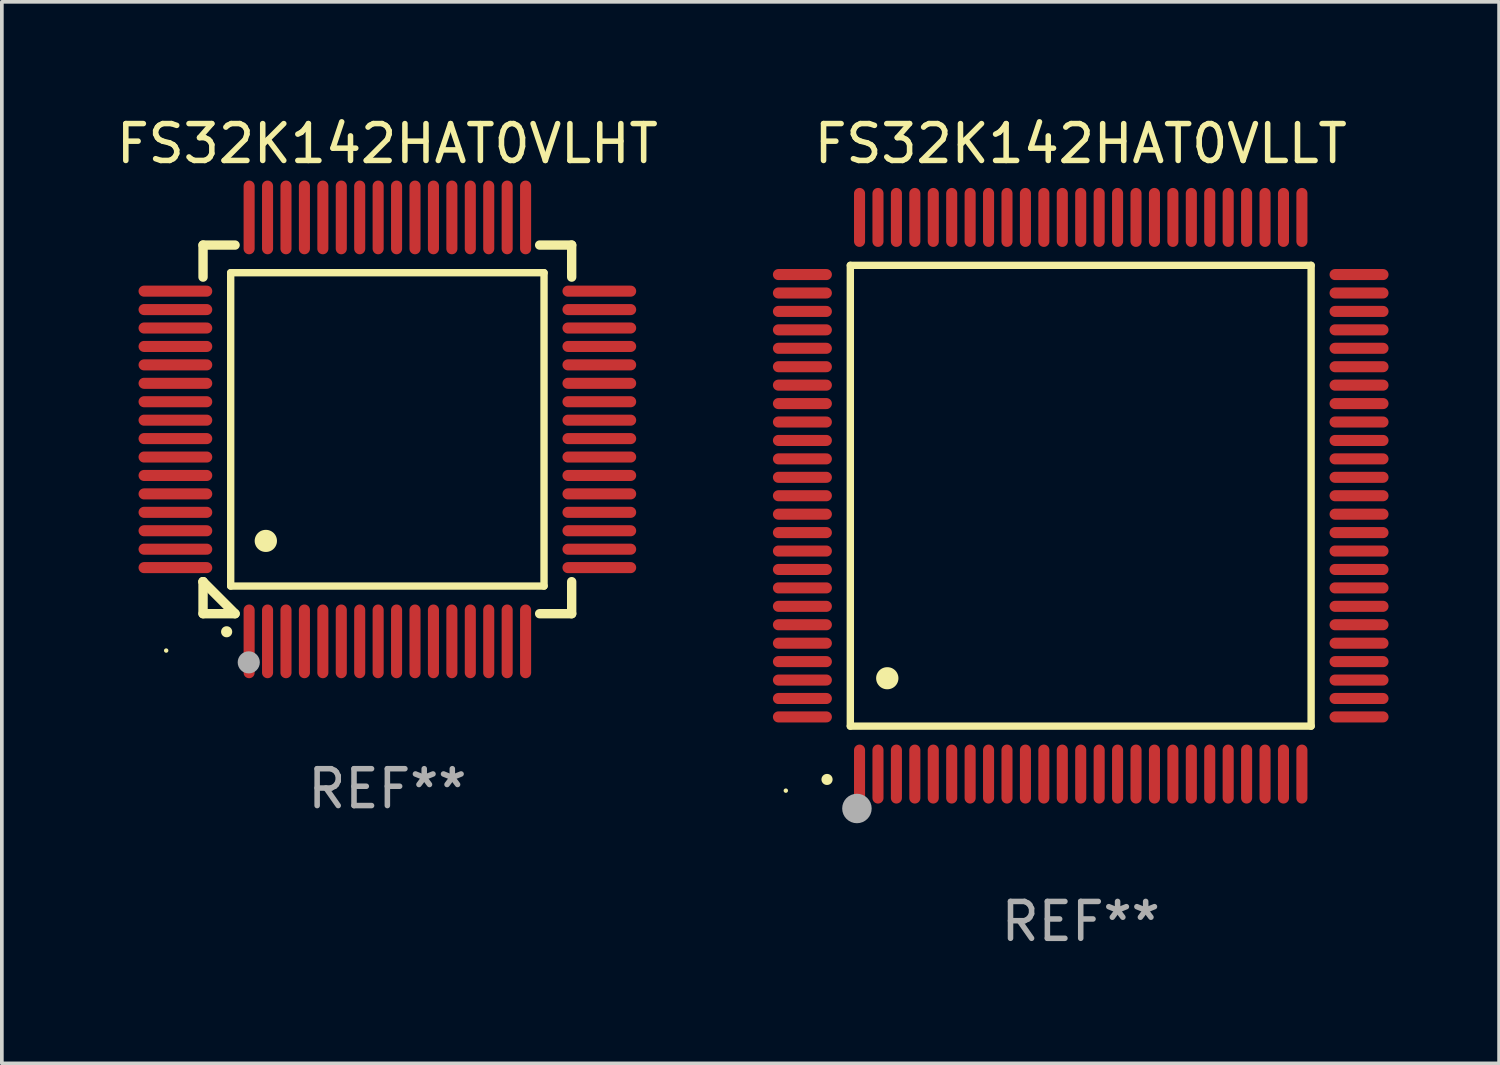
<source format=kicad_pcb>
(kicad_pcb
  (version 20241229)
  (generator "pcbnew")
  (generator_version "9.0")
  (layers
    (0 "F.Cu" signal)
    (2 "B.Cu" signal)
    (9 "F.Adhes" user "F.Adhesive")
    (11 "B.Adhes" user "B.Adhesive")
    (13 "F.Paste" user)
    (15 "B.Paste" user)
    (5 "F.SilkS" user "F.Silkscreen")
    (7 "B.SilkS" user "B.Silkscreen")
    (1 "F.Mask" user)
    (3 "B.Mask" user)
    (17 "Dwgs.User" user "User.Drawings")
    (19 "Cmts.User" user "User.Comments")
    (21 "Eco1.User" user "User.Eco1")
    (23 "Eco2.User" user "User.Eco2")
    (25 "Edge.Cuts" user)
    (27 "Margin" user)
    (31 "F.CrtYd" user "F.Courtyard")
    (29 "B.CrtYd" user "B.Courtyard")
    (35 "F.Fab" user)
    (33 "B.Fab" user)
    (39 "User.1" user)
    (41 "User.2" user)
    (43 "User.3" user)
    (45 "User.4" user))
  (footprint "FS32K142HAT0VLHT"
    (layer "F.Cu")
    (at 7.458 8.598)
    (property "Reference" "FS32K142HAT0VLHT" (at 0 -7.75 0) (layer "F.SilkS") (effects (font (size 1 1) (thickness 0.15))))
    (attr through_hole)
    (fp_line (start -5 -5) (end -4.131 -5) (stroke (width 0.254) (type solid)) (layer "F.SilkS"))
    (fp_line (start -5 -4.131) (end -5 -5) (stroke (width 0.254) (type solid)) (layer "F.SilkS"))
    (fp_line (start -5 4.131) (end -5 4.131) (stroke (width 0.254) (type solid)) (layer "F.SilkS"))
    (fp_line (start -5 5) (end -5 4.131) (stroke (width 0.254) (type solid)) (layer "F.SilkS"))
    (fp_line (start -5 4.131) (end -4.131 5) (stroke (width 0.254) (type solid)) (layer "F.SilkS"))
    (fp_line (start -4.25 -4.25) (end -4.25 4.25) (stroke (width 0.2) (type solid)) (layer "F.SilkS"))
    (fp_line (start -4.25 4.25) (end 4.25 4.25) (stroke (width 0.2) (type solid)) (layer "F.SilkS"))
    (fp_line (start -4.131 5) (end -5 5) (stroke (width 0.254) (type solid)) (layer "F.SilkS"))
    (fp_line (start 4.25 -4.25) (end -4.25 -4.25) (stroke (width 0.2) (type solid)) (layer "F.SilkS"))
    (fp_line (start 4.25 4.25) (end 4.25 -4.25) (stroke (width 0.2) (type solid)) (layer "F.SilkS"))
    (fp_line (start 5 -5) (end 4.131 -5) (stroke (width 0.254) (type solid)) (layer "F.SilkS"))
    (fp_line (start 5 -5) (end 5 -4.131) (stroke (width 0.254) (type solid)) (layer "F.SilkS"))
    (fp_line (start 5 4.131) (end 5 5) (stroke (width 0.254) (type solid)) (layer "F.SilkS"))
    (fp_line (start 5 5) (end 4.131 5) (stroke (width 0.254) (type solid)) (layer "F.SilkS"))
    (fp_arc (start -4.361265 5.489992) (mid -4.359995 5.489987) (end -4.358725 5.489992) (stroke (width 0.3) (type solid)) (layer "F.SilkS"))
    (fp_arc (start -3.299467 3.025146) (mid -3.296927 3.025135) (end -3.294387 3.025146) (stroke (width 0.6) (type solid)) (layer "F.SilkS"))
    (fp_circle (center -6 6) (end -5.97 6) (stroke (width 0.06) (type solid)) (fill no) (layer "F.SilkS"))
    (fp_circle (center -3.76 6.32) (end -3.61 6.32) (stroke (width 0.3) (type solid)) (fill no) (layer "F.Fab"))
    (fp_text user "REF**" (at 0 9.75 0) (layer "F.Fab") (effects (font (size 1 1) (thickness 0.15))))
    (pad "1" smd oval (at -3.75 5.75) (size 0.3 2) (layers "F.Cu" "F.Mask" "F.Paste"))
    (pad "2" smd oval (at -3.25 5.75) (size 0.3 2) (layers "F.Cu" "F.Mask" "F.Paste"))
    (pad "3" smd oval (at -2.75 5.75) (size 0.3 2) (layers "F.Cu" "F.Mask" "F.Paste"))
    (pad "4" smd oval (at -2.25 5.75) (size 0.3 2) (layers "F.Cu" "F.Mask" "F.Paste"))
    (pad "5" smd oval (at -1.75 5.75) (size 0.3 2) (layers "F.Cu" "F.Mask" "F.Paste"))
    (pad "6" smd oval (at -1.25 5.75) (size 0.3 2) (layers "F.Cu" "F.Mask" "F.Paste"))
    (pad "7" smd oval (at -0.75 5.75) (size 0.3 2) (layers "F.Cu" "F.Mask" "F.Paste"))
    (pad "8" smd oval (at -0.25 5.75) (size 0.3 2) (layers "F.Cu" "F.Mask" "F.Paste"))
    (pad "9" smd oval (at 0.25 5.75) (size 0.3 2) (layers "F.Cu" "F.Mask" "F.Paste"))
    (pad "10" smd oval (at 0.75 5.75) (size 0.3 2) (layers "F.Cu" "F.Mask" "F.Paste"))
    (pad "11" smd oval (at 1.25 5.75) (size 0.3 2) (layers "F.Cu" "F.Mask" "F.Paste"))
    (pad "12" smd oval (at 1.75 5.75) (size 0.3 2) (layers "F.Cu" "F.Mask" "F.Paste"))
    (pad "13" smd oval (at 2.25 5.75) (size 0.3 2) (layers "F.Cu" "F.Mask" "F.Paste"))
    (pad "14" smd oval (at 2.75 5.75) (size 0.3 2) (layers "F.Cu" "F.Mask" "F.Paste"))
    (pad "15" smd oval (at 3.25 5.75) (size 0.3 2) (layers "F.Cu" "F.Mask" "F.Paste"))
    (pad "16" smd oval (at 3.75 5.75) (size 0.3 2) (layers "F.Cu" "F.Mask" "F.Paste"))
    (pad "17" smd oval (at 5.75 3.75) (size 2 0.3) (layers "F.Cu" "F.Mask" "F.Paste"))
    (pad "18" smd oval (at 5.75 3.25) (size 2 0.3) (layers "F.Cu" "F.Mask" "F.Paste"))
    (pad "19" smd oval (at 5.75 2.75) (size 2 0.3) (layers "F.Cu" "F.Mask" "F.Paste"))
    (pad "20" smd oval (at 5.75 2.25) (size 2 0.3) (layers "F.Cu" "F.Mask" "F.Paste"))
    (pad "21" smd oval (at 5.75 1.75) (size 2 0.3) (layers "F.Cu" "F.Mask" "F.Paste"))
    (pad "22" smd oval (at 5.75 1.25) (size 2 0.3) (layers "F.Cu" "F.Mask" "F.Paste"))
    (pad "23" smd oval (at 5.75 0.75) (size 2 0.3) (layers "F.Cu" "F.Mask" "F.Paste"))
    (pad "24" smd oval (at 5.75 0.25) (size 2 0.3) (layers "F.Cu" "F.Mask" "F.Paste"))
    (pad "25" smd oval (at 5.75 -0.25) (size 2 0.3) (layers "F.Cu" "F.Mask" "F.Paste"))
    (pad "26" smd oval (at 5.75 -0.75) (size 2 0.3) (layers "F.Cu" "F.Mask" "F.Paste"))
    (pad "27" smd oval (at 5.75 -1.25) (size 2 0.3) (layers "F.Cu" "F.Mask" "F.Paste"))
    (pad "28" smd oval (at 5.75 -1.75) (size 2 0.3) (layers "F.Cu" "F.Mask" "F.Paste"))
    (pad "29" smd oval (at 5.75 -2.25) (size 2 0.3) (layers "F.Cu" "F.Mask" "F.Paste"))
    (pad "30" smd oval (at 5.75 -2.75) (size 2 0.3) (layers "F.Cu" "F.Mask" "F.Paste"))
    (pad "31" smd oval (at 5.75 -3.25) (size 2 0.3) (layers "F.Cu" "F.Mask" "F.Paste"))
    (pad "32" smd oval (at 5.75 -3.75) (size 2 0.3) (layers "F.Cu" "F.Mask" "F.Paste"))
    (pad "33" smd oval (at 3.75 -5.75) (size 0.3 2) (layers "F.Cu" "F.Mask" "F.Paste"))
    (pad "34" smd oval (at 3.25 -5.75) (size 0.3 2) (layers "F.Cu" "F.Mask" "F.Paste"))
    (pad "35" smd oval (at 2.75 -5.75) (size 0.3 2) (layers "F.Cu" "F.Mask" "F.Paste"))
    (pad "36" smd oval (at 2.25 -5.75) (size 0.3 2) (layers "F.Cu" "F.Mask" "F.Paste"))
    (pad "37" smd oval (at 1.75 -5.75) (size 0.3 2) (layers "F.Cu" "F.Mask" "F.Paste"))
    (pad "38" smd oval (at 1.25 -5.75) (size 0.3 2) (layers "F.Cu" "F.Mask" "F.Paste"))
    (pad "39" smd oval (at 0.75 -5.75) (size 0.3 2) (layers "F.Cu" "F.Mask" "F.Paste"))
    (pad "40" smd oval (at 0.25 -5.75) (size 0.3 2) (layers "F.Cu" "F.Mask" "F.Paste"))
    (pad "41" smd oval (at -0.25 -5.75) (size 0.3 2) (layers "F.Cu" "F.Mask" "F.Paste"))
    (pad "42" smd oval (at -0.75 -5.75) (size 0.3 2) (layers "F.Cu" "F.Mask" "F.Paste"))
    (pad "43" smd oval (at -1.25 -5.75) (size 0.3 2) (layers "F.Cu" "F.Mask" "F.Paste"))
    (pad "44" smd oval (at -1.75 -5.75) (size 0.3 2) (layers "F.Cu" "F.Mask" "F.Paste"))
    (pad "45" smd oval (at -2.25 -5.75) (size 0.3 2) (layers "F.Cu" "F.Mask" "F.Paste"))
    (pad "46" smd oval (at -2.75 -5.75) (size 0.3 2) (layers "F.Cu" "F.Mask" "F.Paste"))
    (pad "47" smd oval (at -3.25 -5.75) (size 0.3 2) (layers "F.Cu" "F.Mask" "F.Paste"))
    (pad "48" smd oval (at -3.75 -5.75) (size 0.3 2) (layers "F.Cu" "F.Mask" "F.Paste"))
    (pad "49" smd oval (at -5.75 -3.75) (size 2 0.3) (layers "F.Cu" "F.Mask" "F.Paste"))
    (pad "50" smd oval (at -5.75 -3.25) (size 2 0.3) (layers "F.Cu" "F.Mask" "F.Paste"))
    (pad "51" smd oval (at -5.75 -2.75) (size 2 0.3) (layers "F.Cu" "F.Mask" "F.Paste"))
    (pad "52" smd oval (at -5.75 -2.25) (size 2 0.3) (layers "F.Cu" "F.Mask" "F.Paste"))
    (pad "53" smd oval (at -5.75 -1.75) (size 2 0.3) (layers "F.Cu" "F.Mask" "F.Paste"))
    (pad "54" smd oval (at -5.75 -1.25) (size 2 0.3) (layers "F.Cu" "F.Mask" "F.Paste"))
    (pad "55" smd oval (at -5.75 -0.75) (size 2 0.3) (layers "F.Cu" "F.Mask" "F.Paste"))
    (pad "56" smd oval (at -5.75 -0.25) (size 2 0.3) (layers "F.Cu" "F.Mask" "F.Paste"))
    (pad "57" smd oval (at -5.75 0.25) (size 2 0.3) (layers "F.Cu" "F.Mask" "F.Paste"))
    (pad "58" smd oval (at -5.75 0.75) (size 2 0.3) (layers "F.Cu" "F.Mask" "F.Paste"))
    (pad "59" smd oval (at -5.75 1.25) (size 2 0.3) (layers "F.Cu" "F.Mask" "F.Paste"))
    (pad "60" smd oval (at -5.75 1.75) (size 2 0.3) (layers "F.Cu" "F.Mask" "F.Paste"))
    (pad "61" smd oval (at -5.75 2.25) (size 2 0.3) (layers "F.Cu" "F.Mask" "F.Paste"))
    (pad "62" smd oval (at -5.75 2.75) (size 2 0.3) (layers "F.Cu" "F.Mask" "F.Paste"))
    (pad "63" smd oval (at -5.75 3.25) (size 2 0.3) (layers "F.Cu" "F.Mask" "F.Paste"))
    (pad "64" smd oval (at -5.75 3.75) (size 2 0.3) (layers "F.Cu" "F.Mask" "F.Paste")))
  (footprint "FS32K142HAT0VLLT"
    (layer "F.Cu")
    (at 26.267 10.398)
    (property "Reference" "FS32K142HAT0VLLT" (at 0 -9.55 0) (layer "F.SilkS") (effects (font (size 1 1) (thickness 0.15))))
    (attr through_hole)
    (fp_line (start -6.25 -6.25) (end -6.25 6.25) (stroke (width 0.2) (type solid)) (layer "F.SilkS"))
    (fp_line (start -6.25 6.25) (end 6.25 6.25) (stroke (width 0.2) (type solid)) (layer "F.SilkS"))
    (fp_line (start 6.25 -6.25) (end -6.25 -6.25) (stroke (width 0.2) (type solid)) (layer "F.SilkS"))
    (fp_line (start 6.25 6.25) (end 6.25 -6.25) (stroke (width 0.2) (type solid)) (layer "F.SilkS"))
    (fp_arc (start -6.883414 7.696215) (mid -6.882144 7.69621) (end -6.880874 7.696215) (stroke (width 0.3) (type solid)) (layer "F.SilkS"))
    (fp_arc (start -5.250191 4.95047) (mid -5.247651 4.950459) (end -5.245111 4.95047) (stroke (width 0.6) (type solid)) (layer "F.SilkS"))
    (fp_circle (center -8 8) (end -7.97 8) (stroke (width 0.06) (type solid)) (fill no) (layer "F.SilkS"))
    (fp_circle (center -6.071 8.484) (end -5.871 8.484) (stroke (width 0.4) (type solid)) (fill no) (layer "F.Fab"))
    (fp_text user "REF**" (at 0 11.55 0) (layer "F.Fab") (effects (font (size 1 1) (thickness 0.15))))
    (pad "1" smd oval (at -6 7.55) (size 0.3 1.6) (layers "F.Cu" "F.Mask" "F.Paste"))
    (pad "2" smd oval (at -5.5 7.55) (size 0.3 1.6) (layers "F.Cu" "F.Mask" "F.Paste"))
    (pad "3" smd oval (at -5 7.55) (size 0.3 1.6) (layers "F.Cu" "F.Mask" "F.Paste"))
    (pad "4" smd oval (at -4.5 7.55) (size 0.3 1.6) (layers "F.Cu" "F.Mask" "F.Paste"))
    (pad "5" smd oval (at -4 7.55) (size 0.3 1.6) (layers "F.Cu" "F.Mask" "F.Paste"))
    (pad "6" smd oval (at -3.5 7.55) (size 0.3 1.6) (layers "F.Cu" "F.Mask" "F.Paste"))
    (pad "7" smd oval (at -3 7.55) (size 0.3 1.6) (layers "F.Cu" "F.Mask" "F.Paste"))
    (pad "8" smd oval (at -2.5 7.55) (size 0.3 1.6) (layers "F.Cu" "F.Mask" "F.Paste"))
    (pad "9" smd oval (at -2 7.55) (size 0.3 1.6) (layers "F.Cu" "F.Mask" "F.Paste"))
    (pad "10" smd oval (at -1.5 7.55) (size 0.3 1.6) (layers "F.Cu" "F.Mask" "F.Paste"))
    (pad "11" smd oval (at -1 7.55) (size 0.3 1.6) (layers "F.Cu" "F.Mask" "F.Paste"))
    (pad "12" smd oval (at -0.5 7.55) (size 0.3 1.6) (layers "F.Cu" "F.Mask" "F.Paste"))
    (pad "13" smd oval (at 0 7.55) (size 0.3 1.6) (layers "F.Cu" "F.Mask" "F.Paste"))
    (pad "14" smd oval (at 0.5 7.55) (size 0.3 1.6) (layers "F.Cu" "F.Mask" "F.Paste"))
    (pad "15" smd oval (at 1 7.55) (size 0.3 1.6) (layers "F.Cu" "F.Mask" "F.Paste"))
    (pad "16" smd oval (at 1.5 7.55) (size 0.3 1.6) (layers "F.Cu" "F.Mask" "F.Paste"))
    (pad "17" smd oval (at 2 7.55) (size 0.3 1.6) (layers "F.Cu" "F.Mask" "F.Paste"))
    (pad "18" smd oval (at 2.5 7.55) (size 0.3 1.6) (layers "F.Cu" "F.Mask" "F.Paste"))
    (pad "19" smd oval (at 3 7.55) (size 0.3 1.6) (layers "F.Cu" "F.Mask" "F.Paste"))
    (pad "20" smd oval (at 3.5 7.55) (size 0.3 1.6) (layers "F.Cu" "F.Mask" "F.Paste"))
    (pad "21" smd oval (at 4 7.55) (size 0.3 1.6) (layers "F.Cu" "F.Mask" "F.Paste"))
    (pad "22" smd oval (at 4.5 7.55) (size 0.3 1.6) (layers "F.Cu" "F.Mask" "F.Paste"))
    (pad "23" smd oval (at 5 7.55) (size 0.3 1.6) (layers "F.Cu" "F.Mask" "F.Paste"))
    (pad "24" smd oval (at 5.5 7.55) (size 0.3 1.6) (layers "F.Cu" "F.Mask" "F.Paste"))
    (pad "25" smd oval (at 6 7.55) (size 0.3 1.6) (layers "F.Cu" "F.Mask" "F.Paste"))
    (pad "26" smd oval (at 7.55 6) (size 1.6 0.3) (layers "F.Cu" "F.Mask" "F.Paste"))
    (pad "27" smd oval (at 7.55 5.5) (size 1.6 0.3) (layers "F.Cu" "F.Mask" "F.Paste"))
    (pad "28" smd oval (at 7.55 5) (size 1.6 0.3) (layers "F.Cu" "F.Mask" "F.Paste"))
    (pad "29" smd oval (at 7.55 4.5) (size 1.6 0.3) (layers "F.Cu" "F.Mask" "F.Paste"))
    (pad "30" smd oval (at 7.55 4) (size 1.6 0.3) (layers "F.Cu" "F.Mask" "F.Paste"))
    (pad "31" smd oval (at 7.55 3.5) (size 1.6 0.3) (layers "F.Cu" "F.Mask" "F.Paste"))
    (pad "32" smd oval (at 7.55 3) (size 1.6 0.3) (layers "F.Cu" "F.Mask" "F.Paste"))
    (pad "33" smd oval (at 7.55 2.5) (size 1.6 0.3) (layers "F.Cu" "F.Mask" "F.Paste"))
    (pad "34" smd oval (at 7.55 2) (size 1.6 0.3) (layers "F.Cu" "F.Mask" "F.Paste"))
    (pad "35" smd oval (at 7.55 1.5) (size 1.6 0.3) (layers "F.Cu" "F.Mask" "F.Paste"))
    (pad "36" smd oval (at 7.55 1) (size 1.6 0.3) (layers "F.Cu" "F.Mask" "F.Paste"))
    (pad "37" smd oval (at 7.55 0.5) (size 1.6 0.3) (layers "F.Cu" "F.Mask" "F.Paste"))
    (pad "38" smd oval (at 7.55 0) (size 1.6 0.3) (layers "F.Cu" "F.Mask" "F.Paste"))
    (pad "39" smd oval (at 7.55 -0.5) (size 1.6 0.3) (layers "F.Cu" "F.Mask" "F.Paste"))
    (pad "40" smd oval (at 7.55 -1) (size 1.6 0.3) (layers "F.Cu" "F.Mask" "F.Paste"))
    (pad "41" smd oval (at 7.55 -1.5) (size 1.6 0.3) (layers "F.Cu" "F.Mask" "F.Paste"))
    (pad "42" smd oval (at 7.55 -2) (size 1.6 0.3) (layers "F.Cu" "F.Mask" "F.Paste"))
    (pad "43" smd oval (at 7.55 -2.5) (size 1.6 0.3) (layers "F.Cu" "F.Mask" "F.Paste"))
    (pad "44" smd oval (at 7.55 -3) (size 1.6 0.3) (layers "F.Cu" "F.Mask" "F.Paste"))
    (pad "45" smd oval (at 7.55 -3.5) (size 1.6 0.3) (layers "F.Cu" "F.Mask" "F.Paste"))
    (pad "46" smd oval (at 7.55 -4) (size 1.6 0.3) (layers "F.Cu" "F.Mask" "F.Paste"))
    (pad "47" smd oval (at 7.55 -4.5) (size 1.6 0.3) (layers "F.Cu" "F.Mask" "F.Paste"))
    (pad "48" smd oval (at 7.55 -5) (size 1.6 0.3) (layers "F.Cu" "F.Mask" "F.Paste"))
    (pad "49" smd oval (at 7.55 -5.5) (size 1.6 0.3) (layers "F.Cu" "F.Mask" "F.Paste"))
    (pad "50" smd oval (at 7.55 -6) (size 1.6 0.3) (layers "F.Cu" "F.Mask" "F.Paste"))
    (pad "51" smd oval (at 6 -7.55) (size 0.3 1.6) (layers "F.Cu" "F.Mask" "F.Paste"))
    (pad "52" smd oval (at 5.5 -7.55) (size 0.3 1.6) (layers "F.Cu" "F.Mask" "F.Paste"))
    (pad "53" smd oval (at 5 -7.55) (size 0.3 1.6) (layers "F.Cu" "F.Mask" "F.Paste"))
    (pad "54" smd oval (at 4.5 -7.55) (size 0.3 1.6) (layers "F.Cu" "F.Mask" "F.Paste"))
    (pad "55" smd oval (at 4 -7.55) (size 0.3 1.6) (layers "F.Cu" "F.Mask" "F.Paste"))
    (pad "56" smd oval (at 3.5 -7.55) (size 0.3 1.6) (layers "F.Cu" "F.Mask" "F.Paste"))
    (pad "57" smd oval (at 3 -7.55) (size 0.3 1.6) (layers "F.Cu" "F.Mask" "F.Paste"))
    (pad "58" smd oval (at 2.5 -7.55) (size 0.3 1.6) (layers "F.Cu" "F.Mask" "F.Paste"))
    (pad "59" smd oval (at 2 -7.55) (size 0.3 1.6) (layers "F.Cu" "F.Mask" "F.Paste"))
    (pad "60" smd oval (at 1.5 -7.55) (size 0.3 1.6) (layers "F.Cu" "F.Mask" "F.Paste"))
    (pad "61" smd oval (at 1 -7.55) (size 0.3 1.6) (layers "F.Cu" "F.Mask" "F.Paste"))
    (pad "62" smd oval (at 0.5 -7.55) (size 0.3 1.6) (layers "F.Cu" "F.Mask" "F.Paste"))
    (pad "63" smd oval (at 0 -7.55) (size 0.3 1.6) (layers "F.Cu" "F.Mask" "F.Paste"))
    (pad "64" smd oval (at -0.5 -7.55) (size 0.3 1.6) (layers "F.Cu" "F.Mask" "F.Paste"))
    (pad "65" smd oval (at -1 -7.55) (size 0.3 1.6) (layers "F.Cu" "F.Mask" "F.Paste"))
    (pad "66" smd oval (at -1.5 -7.55) (size 0.3 1.6) (layers "F.Cu" "F.Mask" "F.Paste"))
    (pad "67" smd oval (at -2 -7.55) (size 0.3 1.6) (layers "F.Cu" "F.Mask" "F.Paste"))
    (pad "68" smd oval (at -2.5 -7.55) (size 0.3 1.6) (layers "F.Cu" "F.Mask" "F.Paste"))
    (pad "69" smd oval (at -3 -7.55) (size 0.3 1.6) (layers "F.Cu" "F.Mask" "F.Paste"))
    (pad "70" smd oval (at -3.5 -7.55) (size 0.3 1.6) (layers "F.Cu" "F.Mask" "F.Paste"))
    (pad "71" smd oval (at -4 -7.55) (size 0.3 1.6) (layers "F.Cu" "F.Mask" "F.Paste"))
    (pad "72" smd oval (at -4.5 -7.55) (size 0.3 1.6) (layers "F.Cu" "F.Mask" "F.Paste"))
    (pad "73" smd oval (at -5 -7.55) (size 0.3 1.6) (layers "F.Cu" "F.Mask" "F.Paste"))
    (pad "74" smd oval (at -5.5 -7.55) (size 0.3 1.6) (layers "F.Cu" "F.Mask" "F.Paste"))
    (pad "75" smd oval (at -6 -7.55) (size 0.3 1.6) (layers "F.Cu" "F.Mask" "F.Paste"))
    (pad "76" smd oval (at -7.55 -6) (size 1.6 0.3) (layers "F.Cu" "F.Mask" "F.Paste"))
    (pad "77" smd oval (at -7.55 -5.5) (size 1.6 0.3) (layers "F.Cu" "F.Mask" "F.Paste"))
    (pad "78" smd oval (at -7.55 -5) (size 1.6 0.3) (layers "F.Cu" "F.Mask" "F.Paste"))
    (pad "79" smd oval (at -7.55 -4.5) (size 1.6 0.3) (layers "F.Cu" "F.Mask" "F.Paste"))
    (pad "80" smd oval (at -7.55 -4) (size 1.6 0.3) (layers "F.Cu" "F.Mask" "F.Paste"))
    (pad "81" smd oval (at -7.55 -3.5) (size 1.6 0.3) (layers "F.Cu" "F.Mask" "F.Paste"))
    (pad "82" smd oval (at -7.55 -3) (size 1.6 0.3) (layers "F.Cu" "F.Mask" "F.Paste"))
    (pad "83" smd oval (at -7.55 -2.5) (size 1.6 0.3) (layers "F.Cu" "F.Mask" "F.Paste"))
    (pad "84" smd oval (at -7.55 -2) (size 1.6 0.3) (layers "F.Cu" "F.Mask" "F.Paste"))
    (pad "85" smd oval (at -7.55 -1.5) (size 1.6 0.3) (layers "F.Cu" "F.Mask" "F.Paste"))
    (pad "86" smd oval (at -7.55 -1) (size 1.6 0.3) (layers "F.Cu" "F.Mask" "F.Paste"))
    (pad "87" smd oval (at -7.55 -0.5) (size 1.6 0.3) (layers "F.Cu" "F.Mask" "F.Paste"))
    (pad "88" smd oval (at -7.55 0) (size 1.6 0.3) (layers "F.Cu" "F.Mask" "F.Paste"))
    (pad "89" smd oval (at -7.55 0.5) (size 1.6 0.3) (layers "F.Cu" "F.Mask" "F.Paste"))
    (pad "90" smd oval (at -7.55 1) (size 1.6 0.3) (layers "F.Cu" "F.Mask" "F.Paste"))
    (pad "91" smd oval (at -7.55 1.5) (size 1.6 0.3) (layers "F.Cu" "F.Mask" "F.Paste"))
    (pad "92" smd oval (at -7.55 2) (size 1.6 0.3) (layers "F.Cu" "F.Mask" "F.Paste"))
    (pad "93" smd oval (at -7.55 2.5) (size 1.6 0.3) (layers "F.Cu" "F.Mask" "F.Paste"))
    (pad "94" smd oval (at -7.55 3) (size 1.6 0.3) (layers "F.Cu" "F.Mask" "F.Paste"))
    (pad "95" smd oval (at -7.55 3.5) (size 1.6 0.3) (layers "F.Cu" "F.Mask" "F.Paste"))
    (pad "96" smd oval (at -7.55 4) (size 1.6 0.3) (layers "F.Cu" "F.Mask" "F.Paste"))
    (pad "97" smd oval (at -7.55 4.5) (size 1.6 0.3) (layers "F.Cu" "F.Mask" "F.Paste"))
    (pad "98" smd oval (at -7.55 5) (size 1.6 0.3) (layers "F.Cu" "F.Mask" "F.Paste"))
    (pad "99" smd oval (at -7.55 5.5) (size 1.6 0.3) (layers "F.Cu" "F.Mask" "F.Paste"))
    (pad "100" smd oval (at -7.55 6) (size 1.6 0.3) (layers "F.Cu" "F.Mask" "F.Paste")))
  (gr_rect
    (start -3 -3)
    (end 37.616 25.796)
    (stroke (width 0.1) (type default))
    (fill no)
    (layer "Edge.Cuts")))
</source>
